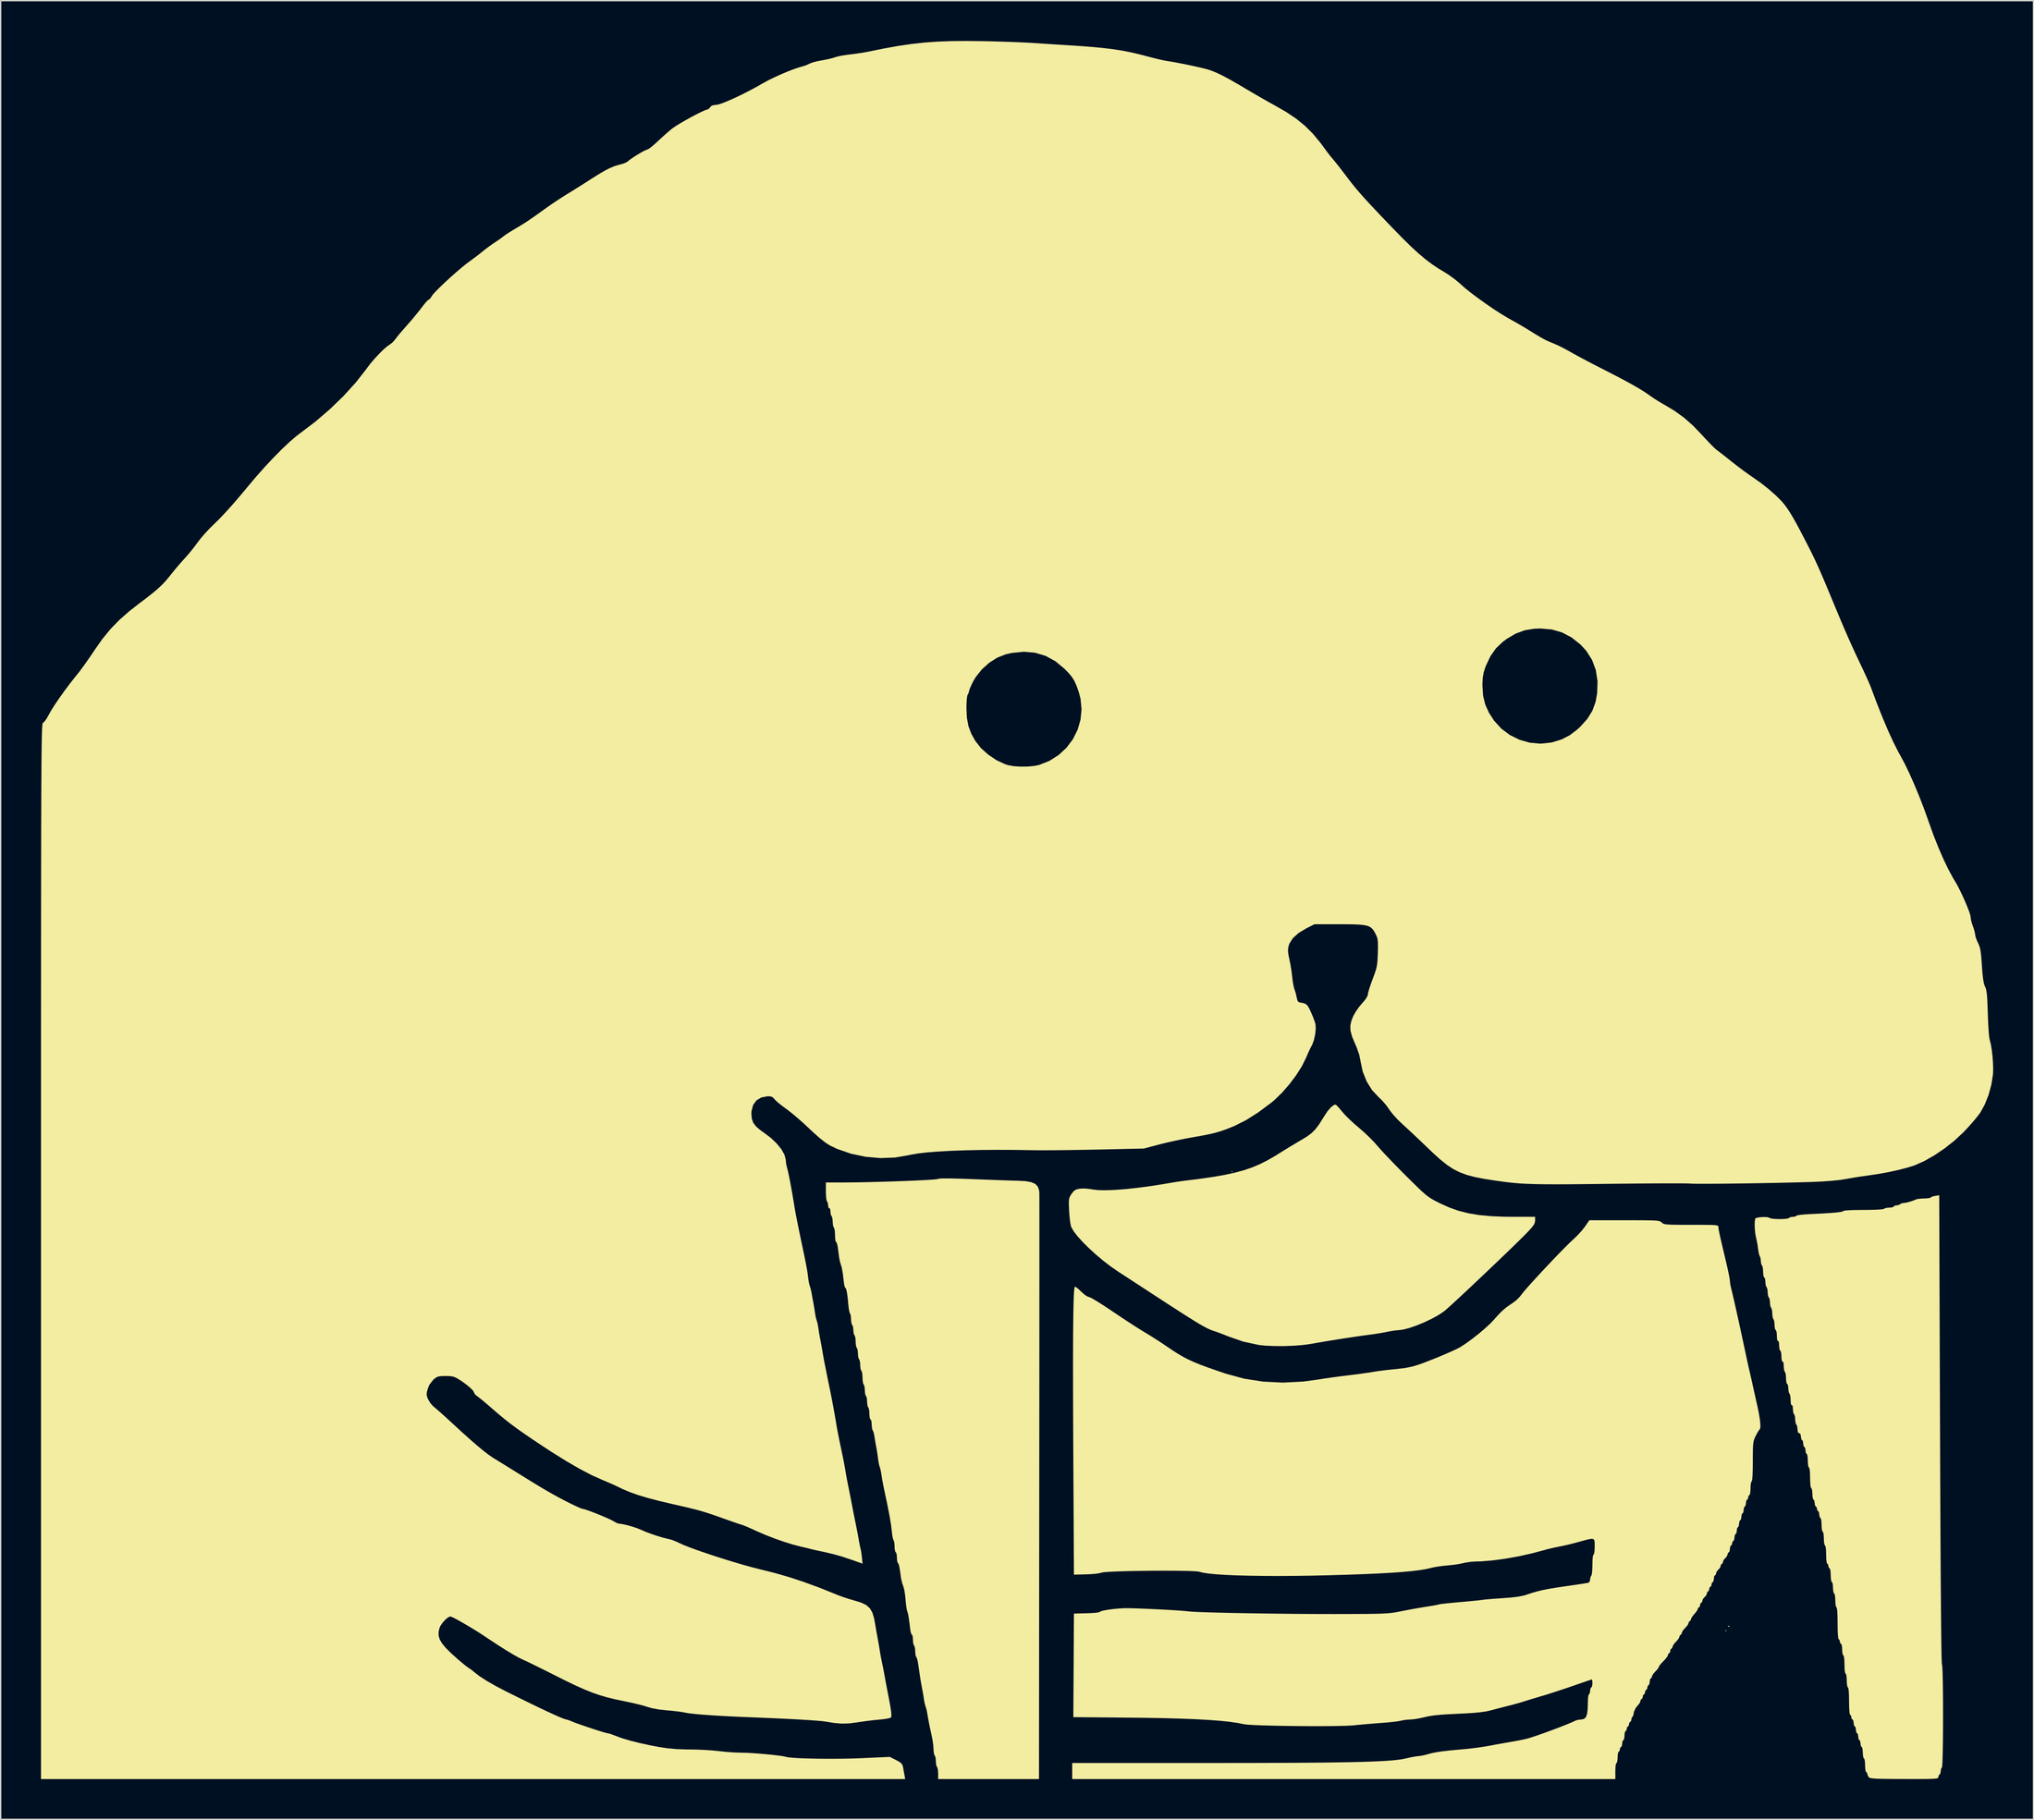
<source format=kicad_pcb>
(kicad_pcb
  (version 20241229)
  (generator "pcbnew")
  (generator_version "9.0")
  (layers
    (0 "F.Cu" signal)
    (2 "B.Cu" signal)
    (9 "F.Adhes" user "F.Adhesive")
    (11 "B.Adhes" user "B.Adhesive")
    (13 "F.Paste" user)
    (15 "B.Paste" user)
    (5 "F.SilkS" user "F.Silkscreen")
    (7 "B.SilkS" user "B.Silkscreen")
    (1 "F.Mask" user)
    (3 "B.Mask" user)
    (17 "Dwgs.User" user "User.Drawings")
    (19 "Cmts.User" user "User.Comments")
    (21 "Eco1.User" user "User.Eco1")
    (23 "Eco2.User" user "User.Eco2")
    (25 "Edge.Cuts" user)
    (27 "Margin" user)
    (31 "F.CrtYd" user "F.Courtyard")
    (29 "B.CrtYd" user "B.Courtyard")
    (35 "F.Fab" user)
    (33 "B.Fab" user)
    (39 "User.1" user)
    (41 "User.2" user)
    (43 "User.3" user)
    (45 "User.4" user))
  (footprint "6"
    (layer "F.Cu")
    (at 75.092 62.806)
    (property "Reference" "6" (at 0 0 0) (layer "F.SilkS") (effects (font (size 1.5 1.5) (thickness 0.3))))
    (attr board_only exclude_from_pos_files exclude_from_bom)
    (fp_poly (pts (xy 13.552 21.351) (xy 13.51 21.394) (xy 13.467 21.351) (xy 13.51 21.309)) (stroke (width 0) (type solid)) (fill yes) (layer "F.SilkS"))
    (fp_poly (pts (xy 50.289 55.531) (xy 50.246 55.573) (xy 50.203 55.531) (xy 50.246 55.488)) (stroke (width 0) (type solid)) (fill yes) (layer "F.SilkS"))
    (fp_poly (pts (xy 50.516 55.175) (xy 50.504 55.226) (xy 50.459 55.232) (xy 50.389 55.201) (xy 50.402 55.175) (xy 50.503 55.165)) (stroke (width 0) (type solid)) (fill yes) (layer "F.SilkS"))
    (fp_poly (pts (xy 21.293 16.428) (xy 21.45 16.593) (xy 21.647 16.828) (xy 21.684 16.874) (xy 21.915 17.136) (xy 22.236 17.458) (xy 22.603 17.797) (xy 22.921 18.068) (xy 23.313 18.408) (xy 23.718 18.791) (xy 24.083 19.165) (xy 24.302 19.413) (xy 24.516 19.659) (xy 24.828 19.999) (xy 25.213 20.407) (xy 25.648 20.858) (xy 26.109 21.328) (xy 26.439 21.659) (xy 26.922 22.137) (xy 27.305 22.513) (xy 27.612 22.805) (xy 27.864 23.028) (xy 28.083 23.203) (xy 28.291 23.345) (xy 28.51 23.473) (xy 28.762 23.605) (xy 28.997 23.723) (xy 29.672 24.027) (xy 30.356 24.269) (xy 31.077 24.453) (xy 31.865 24.585) (xy 32.745 24.669) (xy 33.747 24.711) (xy 34.461 24.718) (xy 36.054 24.718) (xy 36.054 24.996) (xy 36.034 25.148) (xy 35.959 25.309) (xy 35.808 25.511) (xy 35.561 25.785) (xy 35.436 25.916) (xy 35.184 26.172) (xy 34.838 26.514) (xy 34.416 26.926) (xy 33.933 27.392) (xy 33.406 27.899) (xy 32.851 28.429) (xy 32.284 28.969) (xy 31.721 29.502) (xy 31.177 30.014) (xy 30.671 30.489) (xy 30.216 30.911) (xy 29.83 31.266) (xy 29.529 31.538) (xy 29.329 31.713) (xy 29.286 31.747) (xy 28.885 32.019) (xy 28.392 32.293) (xy 27.844 32.556) (xy 27.281 32.789) (xy 26.742 32.978) (xy 26.265 33.106) (xy 25.889 33.158) (xy 25.869 33.158) (xy 25.655 33.176) (xy 25.344 33.223) (xy 25.016 33.286) (xy 24.627 33.36) (xy 24.164 33.435) (xy 23.723 33.497) (xy 23.695 33.5) (xy 23.235 33.561) (xy 22.649 33.645) (xy 21.981 33.746) (xy 21.271 33.857) (xy 20.564 33.972) (xy 19.901 34.085) (xy 19.34 34.184) (xy 18.78 34.261) (xy 18.109 34.314) (xy 17.385 34.34) (xy 16.665 34.339) (xy 16.003 34.31) (xy 15.497 34.258) (xy 14.339 34.007) (xy 13.254 33.629) (xy 12.892 33.484) (xy 12.544 33.352) (xy 12.275 33.256) (xy 12.231 33.241) (xy 12.074 33.189) (xy 11.916 33.129) (xy 11.746 33.055) (xy 11.552 32.958) (xy 11.322 32.834) (xy 11.045 32.673) (xy 10.709 32.469) (xy 10.303 32.215) (xy 9.813 31.904) (xy 9.23 31.528) (xy 8.54 31.081) (xy 7.733 30.556) (xy 6.797 29.944) (xy 6.691 29.875) (xy 6.248 29.586) (xy 5.77 29.274) (xy 5.319 28.98) (xy 5.013 28.781) (xy 4.472 28.405) (xy 3.921 27.98) (xy 3.38 27.525) (xy 2.87 27.06) (xy 2.413 26.605) (xy 2.027 26.18) (xy 1.735 25.805) (xy 1.557 25.5) (xy 1.53 25.426) (xy 1.482 25.2) (xy 1.437 24.859) (xy 1.401 24.459) (xy 1.387 24.226) (xy 1.37 23.825) (xy 1.37 23.552) (xy 1.394 23.362) (xy 1.447 23.212) (xy 1.537 23.058) (xy 1.565 23.017) (xy 1.737 22.796) (xy 1.924 22.681) (xy 2.176 22.625) (xy 2.535 22.61) (xy 2.95 22.651) (xy 3.08 22.675) (xy 3.509 22.729) (xy 4.085 22.742) (xy 4.79 22.717) (xy 5.606 22.655) (xy 6.513 22.557) (xy 7.494 22.425) (xy 8.53 22.26) (xy 8.822 22.209) (xy 9.222 22.142) (xy 9.63 22.079) (xy 9.959 22.035) (xy 9.972 22.033) (xy 11.11 21.891) (xy 12.099 21.748) (xy 12.962 21.598) (xy 13.72 21.433) (xy 14.395 21.249) (xy 15.009 21.039) (xy 15.584 20.796) (xy 16.142 20.515) (xy 16.705 20.19) (xy 16.89 20.075) (xy 17.344 19.791) (xy 17.823 19.498) (xy 18.273 19.227) (xy 18.638 19.012) (xy 18.666 18.996) (xy 19.091 18.737) (xy 19.422 18.49) (xy 19.701 18.213) (xy 19.964 17.868) (xy 20.253 17.414) (xy 20.307 17.322) (xy 20.602 16.872) (xy 20.869 16.558) (xy 21.098 16.391) (xy 21.208 16.365)) (stroke (width 0) (type solid)) (fill yes) (layer "F.SilkS"))
    (fp_poly (pts (xy -7.551 21.861) (xy -6.969 21.873) (xy -6.237 21.896) (xy -5.703 21.917) (xy -5.017 21.944) (xy -4.351 21.969) (xy -3.736 21.992) (xy -3.198 22.01) (xy -2.768 22.024) (xy -2.473 22.032) (xy -2.429 22.032) (xy -1.85 22.063) (xy -1.42 22.142) (xy -1.12 22.278) (xy -0.934 22.481) (xy -0.842 22.763) (xy -0.826 22.941) (xy -0.825 23.058) (xy -0.824 23.338) (xy -0.824 23.774) (xy -0.823 24.359) (xy -0.823 25.085) (xy -0.823 25.944) (xy -0.823 26.93) (xy -0.823 28.036) (xy -0.823 29.253) (xy -0.824 30.574) (xy -0.824 31.993) (xy -0.825 33.502) (xy -0.826 35.093) (xy -0.827 36.759) (xy -0.828 38.493) (xy -0.829 40.288) (xy -0.831 42.136) (xy -0.832 44.03) (xy -0.833 44.94) (xy -0.852 66.568) (xy -4.603 66.568) (xy -8.353 66.568) (xy -8.353 66.147) (xy -8.369 65.893) (xy -8.409 65.716) (xy -8.438 65.673) (xy -8.49 65.563) (xy -8.52 65.347) (xy -8.523 65.247) (xy -8.541 65.008) (xy -8.586 64.848) (xy -8.609 64.821) (xy -8.659 64.711) (xy -8.69 64.494) (xy -8.694 64.369) (xy -8.714 64.072) (xy -8.766 63.698) (xy -8.829 63.372) (xy -8.989 62.634) (xy -9.114 61.978) (xy -9.172 61.625) (xy -9.224 61.369) (xy -9.289 61.161) (xy -9.291 61.156) (xy -9.351 60.96) (xy -9.402 60.696) (xy -9.409 60.645) (xy -9.452 60.356) (xy -9.513 60.007) (xy -9.546 59.835) (xy -9.615 59.468) (xy -9.684 59.056) (xy -9.715 58.855) (xy -9.768 58.489) (xy -9.823 58.117) (xy -9.849 57.936) (xy -9.899 57.689) (xy -9.957 57.52) (xy -9.984 57.484) (xy -10.029 57.378) (xy -10.055 57.165) (xy -10.058 57.065) (xy -10.076 56.825) (xy -10.121 56.666) (xy -10.143 56.639) (xy -10.195 56.528) (xy -10.225 56.312) (xy -10.228 56.207) (xy -10.244 55.98) (xy -10.283 55.845) (xy -10.305 55.829) (xy -10.359 55.753) (xy -10.41 55.558) (xy -10.43 55.424) (xy -10.49 54.926) (xy -10.54 54.569) (xy -10.583 54.322) (xy -10.624 54.158) (xy -10.653 54.082) (xy -10.693 53.92) (xy -10.735 53.64) (xy -10.771 53.296) (xy -10.779 53.193) (xy -10.818 52.823) (xy -10.873 52.488) (xy -10.935 52.248) (xy -10.95 52.212) (xy -11.039 51.951) (xy -11.109 51.644) (xy -11.117 51.588) (xy -11.18 51.137) (xy -11.23 50.829) (xy -11.272 50.636) (xy -11.312 50.532) (xy -11.345 50.496) (xy -11.392 50.389) (xy -11.419 50.176) (xy -11.421 50.07) (xy -11.439 49.843) (xy -11.482 49.708) (xy -11.507 49.692) (xy -11.556 49.615) (xy -11.587 49.421) (xy -11.592 49.283) (xy -11.607 49.025) (xy -11.646 48.838) (xy -11.67 48.793) (xy -11.719 48.669) (xy -11.765 48.433) (xy -11.792 48.2) (xy -11.859 47.642) (xy -11.978 46.932) (xy -12.147 46.066) (xy -12.274 45.473) (xy -12.414 44.811) (xy -12.513 44.292) (xy -12.576 43.894) (xy -12.581 43.853) (xy -12.628 43.587) (xy -12.688 43.37) (xy -12.699 43.342) (xy -12.752 43.157) (xy -12.803 42.885) (xy -12.821 42.745) (xy -12.867 42.397) (xy -12.93 42.009) (xy -12.959 41.85) (xy -13.021 41.511) (xy -13.076 41.177) (xy -13.097 41.041) (xy -13.144 40.804) (xy -13.205 40.64) (xy -13.22 40.619) (xy -13.268 40.489) (xy -13.294 40.261) (xy -13.297 40.171) (xy -13.314 39.948) (xy -13.359 39.818) (xy -13.382 39.805) (xy -13.431 39.728) (xy -13.462 39.532) (xy -13.467 39.384) (xy -13.483 39.129) (xy -13.524 38.952) (xy -13.552 38.91) (xy -13.604 38.799) (xy -13.635 38.584) (xy -13.638 38.484) (xy -13.655 38.244) (xy -13.7 38.084) (xy -13.723 38.057) (xy -13.775 37.947) (xy -13.805 37.731) (xy -13.808 37.631) (xy -13.826 37.392) (xy -13.871 37.232) (xy -13.893 37.205) (xy -13.941 37.097) (xy -13.972 36.875) (xy -13.979 36.694) (xy -13.993 36.428) (xy -14.031 36.238) (xy -14.064 36.182) (xy -14.116 36.072) (xy -14.146 35.856) (xy -14.149 35.756) (xy -14.167 35.517) (xy -14.212 35.357) (xy -14.234 35.33) (xy -14.286 35.219) (xy -14.316 35.004) (xy -14.319 34.904) (xy -14.337 34.664) (xy -14.382 34.505) (xy -14.405 34.478) (xy -14.454 34.368) (xy -14.485 34.149) (xy -14.49 34.009) (xy -14.506 33.756) (xy -14.547 33.581) (xy -14.575 33.54) (xy -14.63 33.428) (xy -14.659 33.217) (xy -14.66 33.156) (xy -14.681 32.931) (xy -14.73 32.788) (xy -14.746 32.773) (xy -14.798 32.662) (xy -14.828 32.447) (xy -14.831 32.359) (xy -14.848 32.115) (xy -14.891 31.944) (xy -14.909 31.916) (xy -14.956 31.794) (xy -15.001 31.556) (xy -15.032 31.281) (xy -15.084 30.746) (xy -15.139 30.347) (xy -15.197 30.095) (xy -15.255 30.003) (xy -15.258 30.003) (xy -15.304 29.926) (xy -15.349 29.729) (xy -15.372 29.555) (xy -15.443 28.96) (xy -15.517 28.53) (xy -15.596 28.261) (xy -15.598 28.255) (xy -15.656 28.066) (xy -15.71 27.796) (xy -15.724 27.701) (xy -15.769 27.361) (xy -15.815 27.013) (xy -15.822 26.956) (xy -15.868 26.735) (xy -15.925 26.606) (xy -15.948 26.593) (xy -15.988 26.516) (xy -16.016 26.315) (xy -16.024 26.087) (xy -16.037 25.808) (xy -16.072 25.603) (xy -16.109 25.528) (xy -16.161 25.417) (xy -16.192 25.202) (xy -16.195 25.102) (xy -16.213 24.862) (xy -16.257 24.702) (xy -16.28 24.676) (xy -16.337 24.562) (xy -16.365 24.355) (xy -16.365 24.325) (xy -16.386 24.133) (xy -16.44 24.074) (xy -16.45 24.079) (xy -16.511 24.046) (xy -16.536 23.881) (xy -16.536 23.876) (xy -16.561 23.677) (xy -16.621 23.567) (xy -16.661 23.463) (xy -16.691 23.233) (xy -16.705 22.922) (xy -16.706 22.838) (xy -16.706 22.161) (xy -15.449 22.161) (xy -14.881 22.158) (xy -14.242 22.149) (xy -13.553 22.135) (xy -12.833 22.117) (xy -12.104 22.096) (xy -11.386 22.072) (xy -10.698 22.046) (xy -10.061 22.019) (xy -9.495 21.992) (xy -9.02 21.965) (xy -8.657 21.939) (xy -8.426 21.915) (xy -8.347 21.895) (xy -8.245 21.873) (xy -7.978 21.861)) (stroke (width 0) (type solid)) (fill yes) (layer "F.SilkS"))
    (fp_poly (pts (xy 66.175 40.558) (xy 66.183 42.667) (xy 66.191 44.656) (xy 66.199 46.523) (xy 66.208 48.264) (xy 66.217 49.874) (xy 66.226 51.351) (xy 66.236 52.691) (xy 66.245 53.889) (xy 66.255 54.943) (xy 66.265 55.849) (xy 66.275 56.603) (xy 66.285 57.202) (xy 66.295 57.642) (xy 66.305 57.918) (xy 66.315 58.029) (xy 66.317 58.031) (xy 66.336 58.119) (xy 66.353 58.357) (xy 66.367 58.722) (xy 66.379 59.195) (xy 66.388 59.755) (xy 66.395 60.38) (xy 66.399 61.051) (xy 66.4 61.746) (xy 66.399 62.445) (xy 66.395 63.127) (xy 66.389 63.772) (xy 66.38 64.358) (xy 66.369 64.864) (xy 66.356 65.271) (xy 66.34 65.557) (xy 66.321 65.702) (xy 66.313 65.716) (xy 66.253 65.79) (xy 66.228 65.969) (xy 66.228 65.972) (xy 66.203 66.151) (xy 66.143 66.227) (xy 66.142 66.228) (xy 66.073 66.299) (xy 66.057 66.398) (xy 66.052 66.447) (xy 66.025 66.485) (xy 65.958 66.514) (xy 65.833 66.536) (xy 65.632 66.55) (xy 65.337 66.559) (xy 64.93 66.564) (xy 64.393 66.566) (xy 63.708 66.565) (xy 63.521 66.565) (xy 62.774 66.563) (xy 62.179 66.558) (xy 61.721 66.549) (xy 61.381 66.536) (xy 61.143 66.517) (xy 60.989 66.492) (xy 60.903 66.46) (xy 60.879 66.441) (xy 60.787 66.27) (xy 60.772 66.188) (xy 60.728 66.073) (xy 60.687 66.057) (xy 60.642 65.979) (xy 60.611 65.777) (xy 60.602 65.546) (xy 60.589 65.273) (xy 60.555 65.089) (xy 60.517 65.034) (xy 60.468 64.958) (xy 60.437 64.762) (xy 60.432 64.608) (xy 60.416 64.365) (xy 60.377 64.211) (xy 60.346 64.182) (xy 60.286 64.108) (xy 60.261 63.929) (xy 60.261 63.926) (xy 60.236 63.747) (xy 60.177 63.67) (xy 60.176 63.67) (xy 60.116 63.596) (xy 60.091 63.418) (xy 60.091 63.415) (xy 60.066 63.235) (xy 60.006 63.159) (xy 60.005 63.159) (xy 59.946 63.085) (xy 59.92 62.907) (xy 59.92 62.903) (xy 59.895 62.724) (xy 59.836 62.648) (xy 59.835 62.648) (xy 59.775 62.574) (xy 59.75 62.395) (xy 59.75 62.392) (xy 59.725 62.212) (xy 59.665 62.136) (xy 59.664 62.136) (xy 59.595 62.065) (xy 59.579 61.966) (xy 59.544 61.827) (xy 59.494 61.795) (xy 59.457 61.713) (xy 59.429 61.481) (xy 59.413 61.117) (xy 59.409 60.772) (xy 59.402 60.324) (xy 59.383 59.991) (xy 59.352 59.795) (xy 59.323 59.75) (xy 59.278 59.672) (xy 59.247 59.469) (xy 59.238 59.238) (xy 59.225 58.966) (xy 59.192 58.781) (xy 59.153 58.727) (xy 59.111 58.647) (xy 59.081 58.429) (xy 59.068 58.106) (xy 59.068 58.045) (xy 59.058 57.707) (xy 59.031 57.47) (xy 58.99 57.365) (xy 58.983 57.363) (xy 58.934 57.286) (xy 58.903 57.09) (xy 58.897 56.937) (xy 58.882 56.694) (xy 58.843 56.539) (xy 58.812 56.511) (xy 58.743 56.439) (xy 58.727 56.34) (xy 58.691 56.202) (xy 58.642 56.17) (xy 58.606 56.087) (xy 58.579 55.85) (xy 58.562 55.475) (xy 58.556 54.978) (xy 58.556 54.977) (xy 58.55 54.479) (xy 58.534 54.103) (xy 58.507 53.866) (xy 58.471 53.783) (xy 58.471 53.783) (xy 58.426 53.706) (xy 58.395 53.503) (xy 58.386 53.272) (xy 58.373 52.999) (xy 58.339 52.815) (xy 58.301 52.76) (xy 58.252 52.684) (xy 58.221 52.488) (xy 58.215 52.334) (xy 58.2 52.091) (xy 58.161 51.937) (xy 58.13 51.908) (xy 58.085 51.83) (xy 58.054 51.628) (xy 58.045 51.397) (xy 58.032 51.124) (xy 57.998 50.94) (xy 57.96 50.885) (xy 57.89 50.814) (xy 57.874 50.715) (xy 57.839 50.576) (xy 57.789 50.544) (xy 57.747 50.465) (xy 57.717 50.247) (xy 57.704 49.923) (xy 57.704 49.862) (xy 57.694 49.525) (xy 57.667 49.287) (xy 57.626 49.183) (xy 57.619 49.181) (xy 57.573 49.103) (xy 57.543 48.9) (xy 57.534 48.669) (xy 57.521 48.397) (xy 57.487 48.212) (xy 57.448 48.158) (xy 57.403 48.08) (xy 57.372 47.877) (xy 57.363 47.646) (xy 57.35 47.374) (xy 57.316 47.189) (xy 57.278 47.135) (xy 57.218 47.061) (xy 57.193 46.882) (xy 57.193 46.879) (xy 57.168 46.7) (xy 57.108 46.624) (xy 57.107 46.623) (xy 57.038 46.552) (xy 57.022 46.453) (xy 56.986 46.315) (xy 56.937 46.283) (xy 56.877 46.208) (xy 56.852 46.03) (xy 56.852 46.027) (xy 56.827 45.847) (xy 56.768 45.771) (xy 56.766 45.771) (xy 56.718 45.694) (xy 56.687 45.498) (xy 56.681 45.345) (xy 56.666 45.102) (xy 56.627 44.948) (xy 56.596 44.919) (xy 56.555 44.838) (xy 56.526 44.616) (xy 56.512 44.279) (xy 56.511 44.152) (xy 56.502 43.784) (xy 56.477 43.522) (xy 56.44 43.393) (xy 56.426 43.385) (xy 56.38 43.307) (xy 56.349 43.104) (xy 56.34 42.873) (xy 56.327 42.601) (xy 56.294 42.416) (xy 56.255 42.362) (xy 56.195 42.288) (xy 56.17 42.109) (xy 56.17 42.106) (xy 56.145 41.927) (xy 56.086 41.85) (xy 56.085 41.85) (xy 56.025 41.776) (xy 55.999 41.598) (xy 55.999 41.595) (xy 55.975 41.415) (xy 55.915 41.339) (xy 55.914 41.339) (xy 55.854 41.265) (xy 55.829 41.086) (xy 55.829 41.083) (xy 55.791 40.88) (xy 55.701 40.828) (xy 55.606 40.762) (xy 55.573 40.553) (xy 55.573 40.534) (xy 55.551 40.322) (xy 55.495 40.194) (xy 55.488 40.188) (xy 55.433 40.076) (xy 55.404 39.865) (xy 55.403 39.805) (xy 55.383 39.579) (xy 55.333 39.436) (xy 55.317 39.421) (xy 55.263 39.31) (xy 55.234 39.097) (xy 55.232 39.028) (xy 55.214 38.814) (xy 55.165 38.734) (xy 55.147 38.739) (xy 55.094 38.697) (xy 55.066 38.508) (xy 55.062 38.366) (xy 55.046 38.11) (xy 55.006 37.931) (xy 54.977 37.887) (xy 54.922 37.775) (xy 54.893 37.563) (xy 54.891 37.498) (xy 54.872 37.287) (xy 54.824 37.17) (xy 54.806 37.162) (xy 54.757 37.086) (xy 54.726 36.89) (xy 54.721 36.741) (xy 54.705 36.487) (xy 54.664 36.31) (xy 54.636 36.267) (xy 54.584 36.157) (xy 54.554 35.941) (xy 54.55 35.831) (xy 54.534 35.597) (xy 54.489 35.497) (xy 54.465 35.5) (xy 54.413 35.458) (xy 54.384 35.268) (xy 54.38 35.122) (xy 54.365 34.877) (xy 54.326 34.721) (xy 54.295 34.691) (xy 54.244 34.614) (xy 54.214 34.421) (xy 54.209 34.302) (xy 54.193 34.065) (xy 54.149 33.963) (xy 54.124 33.966) (xy 54.072 33.924) (xy 54.043 33.734) (xy 54.039 33.588) (xy 54.024 33.343) (xy 53.985 33.187) (xy 53.954 33.156) (xy 53.903 33.08) (xy 53.872 32.888) (xy 53.868 32.778) (xy 53.851 32.537) (xy 53.806 32.375) (xy 53.783 32.347) (xy 53.731 32.236) (xy 53.701 32.02) (xy 53.698 31.92) (xy 53.68 31.681) (xy 53.635 31.521) (xy 53.613 31.494) (xy 53.558 31.382) (xy 53.529 31.171) (xy 53.528 31.111) (xy 53.507 30.885) (xy 53.458 30.742) (xy 53.442 30.727) (xy 53.387 30.615) (xy 53.358 30.404) (xy 53.357 30.344) (xy 53.337 30.118) (xy 53.287 29.975) (xy 53.272 29.96) (xy 53.217 29.848) (xy 53.188 29.636) (xy 53.187 29.571) (xy 53.167 29.36) (xy 53.12 29.243) (xy 53.101 29.236) (xy 53.052 29.159) (xy 53.022 28.963) (xy 53.016 28.814) (xy 53 28.56) (xy 52.96 28.383) (xy 52.931 28.341) (xy 52.872 28.227) (xy 52.846 28.023) (xy 52.846 28.012) (xy 52.823 27.795) (xy 52.77 27.656) (xy 52.768 27.654) (xy 52.715 27.528) (xy 52.668 27.295) (xy 52.649 27.147) (xy 52.598 26.789) (xy 52.523 26.407) (xy 52.495 26.295) (xy 52.439 26.005) (xy 52.402 25.667) (xy 52.387 25.333) (xy 52.395 25.049) (xy 52.427 24.867) (xy 52.446 24.834) (xy 52.575 24.782) (xy 52.802 24.748) (xy 53.065 24.734) (xy 53.304 24.742) (xy 53.457 24.776) (xy 53.479 24.794) (xy 53.589 24.84) (xy 53.817 24.871) (xy 54.111 24.886) (xy 54.422 24.885) (xy 54.696 24.868) (xy 54.884 24.833) (xy 54.934 24.803) (xy 55.049 24.742) (xy 55.237 24.718) (xy 55.415 24.695) (xy 55.488 24.64) (xy 55.568 24.607) (xy 55.786 24.572) (xy 56.111 24.541) (xy 56.51 24.516) (xy 56.575 24.513) (xy 57.351 24.475) (xy 57.966 24.438) (xy 58.428 24.401) (xy 58.745 24.364) (xy 58.927 24.325) (xy 58.983 24.285) (xy 59.064 24.259) (xy 59.291 24.236) (xy 59.641 24.219) (xy 60.09 24.209) (xy 60.469 24.207) (xy 61.022 24.202) (xy 61.47 24.188) (xy 61.794 24.167) (xy 61.976 24.138) (xy 62.008 24.121) (xy 62.12 24.067) (xy 62.332 24.038) (xy 62.397 24.036) (xy 62.609 24.017) (xy 62.725 23.969) (xy 62.733 23.951) (xy 62.806 23.886) (xy 62.941 23.866) (xy 63.121 23.834) (xy 63.202 23.781) (xy 63.321 23.711) (xy 63.435 23.695) (xy 63.666 23.663) (xy 63.969 23.583) (xy 64.264 23.479) (xy 64.373 23.429) (xy 64.539 23.387) (xy 64.804 23.36) (xy 64.983 23.354) (xy 65.245 23.342) (xy 65.425 23.311) (xy 65.475 23.282) (xy 65.57 23.223) (xy 65.767 23.169) (xy 65.809 23.162) (xy 66.115 23.114)) (stroke (width 0) (type solid)) (fill yes) (layer "F.SilkS"))
    (fp_poly (pts (xy 43.441 24.974) (xy 44.027 24.976) (xy 44.48 24.981) (xy 44.819 24.99) (xy 45.063 25.004) (xy 45.231 25.025) (xy 45.341 25.052) (xy 45.413 25.089) (xy 45.464 25.135) (xy 45.473 25.144) (xy 45.53 25.198) (xy 45.606 25.239) (xy 45.723 25.269) (xy 45.902 25.29) (xy 46.165 25.304) (xy 46.534 25.311) (xy 47.031 25.314) (xy 47.66 25.315) (xy 48.299 25.315) (xy 48.787 25.318) (xy 49.146 25.324) (xy 49.395 25.335) (xy 49.553 25.354) (xy 49.642 25.382) (xy 49.682 25.421) (xy 49.692 25.472) (xy 49.692 25.491) (xy 49.696 25.566) (xy 49.711 25.674) (xy 49.741 25.835) (xy 49.789 26.065) (xy 49.861 26.385) (xy 49.96 26.812) (xy 50.09 27.365) (xy 50.255 28.062) (xy 50.281 28.172) (xy 50.379 28.601) (xy 50.461 28.985) (xy 50.518 29.287) (xy 50.544 29.467) (xy 50.544 29.483) (xy 50.566 29.704) (xy 50.619 29.971) (xy 50.625 29.993) (xy 50.711 30.34) (xy 50.826 30.833) (xy 50.967 31.452) (xy 51.128 32.176) (xy 51.305 32.985) (xy 51.494 33.858) (xy 51.689 34.773) (xy 51.735 34.989) (xy 51.82 35.386) (xy 51.901 35.753) (xy 51.965 36.036) (xy 51.99 36.14) (xy 52.04 36.352) (xy 52.114 36.678) (xy 52.201 37.064) (xy 52.25 37.29) (xy 52.352 37.752) (xy 52.462 38.247) (xy 52.562 38.69) (xy 52.593 38.824) (xy 52.694 39.315) (xy 52.766 39.759) (xy 52.806 40.127) (xy 52.809 40.39) (xy 52.774 40.52) (xy 52.768 40.525) (xy 52.69 40.622) (xy 52.569 40.825) (xy 52.469 41.015) (xy 52.389 41.184) (xy 52.331 41.34) (xy 52.292 41.514) (xy 52.268 41.737) (xy 52.255 42.042) (xy 52.25 42.458) (xy 52.249 42.933) (xy 52.244 43.504) (xy 52.23 43.946) (xy 52.208 44.247) (xy 52.178 44.394) (xy 52.164 44.407) (xy 52.118 44.485) (xy 52.088 44.688) (xy 52.079 44.919) (xy 52.066 45.191) (xy 52.032 45.376) (xy 51.993 45.43) (xy 51.924 45.502) (xy 51.908 45.601) (xy 51.872 45.739) (xy 51.823 45.771) (xy 51.763 45.845) (xy 51.738 46.024) (xy 51.738 46.027) (xy 51.713 46.206) (xy 51.653 46.283) (xy 51.652 46.283) (xy 51.593 46.357) (xy 51.567 46.535) (xy 51.567 46.538) (xy 51.542 46.718) (xy 51.483 46.794) (xy 51.482 46.794) (xy 51.422 46.868) (xy 51.397 47.046) (xy 51.397 47.05) (xy 51.372 47.229) (xy 51.312 47.305) (xy 51.311 47.305) (xy 51.252 47.379) (xy 51.226 47.558) (xy 51.226 47.561) (xy 51.201 47.741) (xy 51.142 47.817) (xy 51.141 47.817) (xy 51.081 47.891) (xy 51.056 48.069) (xy 51.056 48.072) (xy 51.031 48.252) (xy 50.972 48.328) (xy 50.97 48.328) (xy 50.911 48.402) (xy 50.885 48.581) (xy 50.885 48.584) (xy 50.861 48.763) (xy 50.801 48.84) (xy 50.8 48.84) (xy 50.731 48.911) (xy 50.715 49.01) (xy 50.679 49.149) (xy 50.63 49.181) (xy 50.57 49.255) (xy 50.544 49.433) (xy 50.544 49.436) (xy 50.52 49.616) (xy 50.46 49.692) (xy 50.459 49.692) (xy 50.387 49.762) (xy 50.374 49.844) (xy 50.31 50.008) (xy 50.203 50.118) (xy 50.07 50.271) (xy 50.033 50.393) (xy 49.993 50.521) (xy 49.948 50.544) (xy 49.876 50.615) (xy 49.862 50.696) (xy 49.798 50.861) (xy 49.692 50.97) (xy 49.559 51.124) (xy 49.521 51.245) (xy 49.482 51.373) (xy 49.436 51.397) (xy 49.376 51.471) (xy 49.351 51.649) (xy 49.351 51.652) (xy 49.326 51.832) (xy 49.267 51.908) (xy 49.266 51.908) (xy 49.197 51.979) (xy 49.181 52.079) (xy 49.145 52.217) (xy 49.095 52.249) (xy 49.026 52.32) (xy 49.01 52.419) (xy 48.974 52.558) (xy 48.925 52.59) (xy 48.853 52.66) (xy 48.84 52.742) (xy 48.775 52.906) (xy 48.669 53.016) (xy 48.536 53.169) (xy 48.499 53.291) (xy 48.459 53.419) (xy 48.413 53.442) (xy 48.344 53.514) (xy 48.328 53.613) (xy 48.292 53.751) (xy 48.243 53.783) (xy 48.165 53.851) (xy 48.158 53.898) (xy 48.103 54.027) (xy 47.964 54.212) (xy 47.902 54.281) (xy 47.744 54.475) (xy 47.654 54.639) (xy 47.646 54.677) (xy 47.601 54.791) (xy 47.561 54.806) (xy 47.487 54.876) (xy 47.476 54.942) (xy 47.417 55.084) (xy 47.272 55.267) (xy 47.22 55.317) (xy 47.058 55.5) (xy 46.97 55.66) (xy 46.964 55.693) (xy 46.921 55.811) (xy 46.879 55.829) (xy 46.805 55.898) (xy 46.794 55.965) (xy 46.735 56.106) (xy 46.59 56.289) (xy 46.538 56.34) (xy 46.376 56.523) (xy 46.288 56.683) (xy 46.283 56.715) (xy 46.239 56.834) (xy 46.197 56.852) (xy 46.128 56.923) (xy 46.112 57.022) (xy 46.076 57.161) (xy 46.027 57.193) (xy 45.952 57.262) (xy 45.942 57.327) (xy 45.884 57.458) (xy 45.735 57.65) (xy 45.601 57.789) (xy 45.412 57.987) (xy 45.288 58.15) (xy 45.26 58.217) (xy 45.202 58.334) (xy 45.058 58.504) (xy 45.004 58.556) (xy 44.842 58.739) (xy 44.754 58.899) (xy 44.748 58.932) (xy 44.705 59.05) (xy 44.663 59.068) (xy 44.603 59.142) (xy 44.578 59.32) (xy 44.578 59.323) (xy 44.553 59.503) (xy 44.494 59.579) (xy 44.493 59.579) (xy 44.423 59.651) (xy 44.407 59.75) (xy 44.372 59.888) (xy 44.322 59.92) (xy 44.253 59.992) (xy 44.237 60.091) (xy 44.201 60.229) (xy 44.152 60.261) (xy 44.082 60.332) (xy 44.066 60.432) (xy 44.031 60.57) (xy 43.981 60.602) (xy 43.907 60.672) (xy 43.896 60.741) (xy 43.837 60.906) (xy 43.747 61.019) (xy 43.533 61.282) (xy 43.405 61.567) (xy 43.385 61.704) (xy 43.346 61.868) (xy 43.299 61.923) (xy 43.228 62.043) (xy 43.214 62.141) (xy 43.177 62.277) (xy 43.129 62.307) (xy 43.06 62.378) (xy 43.044 62.477) (xy 43.008 62.616) (xy 42.958 62.648) (xy 42.889 62.719) (xy 42.873 62.818) (xy 42.837 62.957) (xy 42.788 62.989) (xy 42.735 63.064) (xy 42.705 63.253) (xy 42.703 63.33) (xy 42.684 63.543) (xy 42.637 63.662) (xy 42.617 63.67) (xy 42.558 63.745) (xy 42.532 63.923) (xy 42.532 63.926) (xy 42.508 64.106) (xy 42.448 64.182) (xy 42.447 64.182) (xy 42.378 64.253) (xy 42.362 64.352) (xy 42.326 64.491) (xy 42.277 64.523) (xy 42.228 64.599) (xy 42.197 64.795) (xy 42.191 64.949) (xy 42.176 65.192) (xy 42.137 65.346) (xy 42.106 65.375) (xy 42.062 65.454) (xy 42.032 65.665) (xy 42.021 65.971) (xy 42.021 65.972) (xy 42.021 66.568) (xy 21.82 66.568) (xy 1.619 66.568) (xy 1.619 65.972) (xy 1.619 65.375) (xy 11.571 65.374) (xy 13.441 65.373) (xy 15.15 65.371) (xy 16.703 65.366) (xy 18.109 65.36) (xy 19.376 65.351) (xy 20.511 65.34) (xy 21.522 65.326) (xy 22.418 65.31) (xy 23.205 65.29) (xy 23.892 65.268) (xy 24.486 65.242) (xy 24.995 65.213) (xy 25.427 65.18) (xy 25.79 65.143) (xy 26.092 65.103) (xy 26.339 65.058) (xy 26.456 65.031) (xy 26.804 64.951) (xy 27.115 64.892) (xy 27.331 64.865) (xy 27.357 64.864) (xy 27.568 64.839) (xy 27.86 64.776) (xy 28.048 64.724) (xy 28.355 64.643) (xy 28.707 64.572) (xy 29.132 64.508) (xy 29.656 64.447) (xy 30.31 64.385) (xy 30.685 64.353) (xy 31.203 64.301) (xy 31.763 64.232) (xy 32.288 64.155) (xy 32.602 64.1) (xy 33.099 64.006) (xy 33.66 63.905) (xy 34.184 63.813) (xy 34.307 63.792) (xy 34.719 63.718) (xy 35.114 63.639) (xy 35.431 63.567) (xy 35.543 63.538) (xy 35.899 63.426) (xy 36.345 63.275) (xy 36.847 63.097) (xy 37.369 62.905) (xy 37.879 62.711) (xy 38.342 62.53) (xy 38.725 62.372) (xy 38.993 62.252) (xy 39.058 62.218) (xy 39.247 62.16) (xy 39.484 62.136) (xy 39.689 62.096) (xy 39.832 61.964) (xy 39.922 61.72) (xy 39.966 61.344) (xy 39.975 60.969) (xy 39.985 60.622) (xy 40.011 60.377) (xy 40.051 60.265) (xy 40.06 60.261) (xy 40.12 60.187) (xy 40.146 60.009) (xy 40.146 60.005) (xy 40.17 59.826) (xy 40.23 59.75) (xy 40.231 59.75) (xy 40.287 59.675) (xy 40.315 59.49) (xy 40.316 59.451) (xy 40.307 59.254) (xy 40.283 59.156) (xy 40.278 59.153) (xy 40.189 59.18) (xy 39.967 59.254) (xy 39.638 59.366) (xy 39.23 59.507) (xy 38.893 59.625) (xy 38.345 59.813) (xy 37.759 60.008) (xy 37.194 60.191) (xy 36.71 60.342) (xy 36.566 60.384) (xy 36.138 60.511) (xy 35.73 60.634) (xy 35.394 60.738) (xy 35.202 60.799) (xy 34.94 60.879) (xy 34.578 60.981) (xy 34.18 61.086) (xy 34.051 61.119) (xy 33.617 61.229) (xy 33.157 61.348) (xy 32.758 61.454) (xy 32.688 61.473) (xy 32.381 61.54) (xy 31.992 61.596) (xy 31.497 61.643) (xy 30.872 61.683) (xy 30.301 61.71) (xy 29.584 61.745) (xy 29.008 61.784) (xy 28.546 61.83) (xy 28.169 61.887) (xy 27.849 61.957) (xy 27.837 61.961) (xy 27.458 62.046) (xy 27.087 62.109) (xy 26.796 62.136) (xy 26.771 62.136) (xy 26.452 62.156) (xy 26.146 62.207) (xy 26.081 62.223) (xy 25.885 62.262) (xy 25.561 62.305) (xy 25.152 62.348) (xy 24.701 62.386) (xy 24.633 62.391) (xy 24.099 62.431) (xy 23.525 62.479) (xy 22.982 62.528) (xy 22.587 62.568) (xy 22.285 62.59) (xy 21.85 62.607) (xy 21.305 62.619) (xy 20.673 62.627) (xy 19.975 62.63) (xy 19.234 62.629) (xy 18.473 62.625) (xy 17.715 62.616) (xy 16.981 62.604) (xy 16.295 62.589) (xy 15.679 62.571) (xy 15.156 62.55) (xy 14.748 62.527) (xy 14.477 62.501) (xy 14.405 62.488) (xy 13.916 62.391) (xy 13.319 62.306) (xy 12.606 62.231) (xy 11.767 62.168) (xy 10.797 62.114) (xy 9.686 62.07) (xy 8.428 62.036) (xy 7.014 62.01) (xy 5.646 61.995) (xy 1.703 61.961) (xy 1.725 58.106) (xy 1.747 54.252) (xy 2.706 54.228) (xy 3.088 54.212) (xy 3.397 54.189) (xy 3.601 54.16) (xy 3.665 54.133) (xy 3.744 54.08) (xy 3.958 54.023) (xy 4.272 53.966) (xy 4.65 53.915) (xy 5.057 53.876) (xy 5.458 53.853) (xy 5.583 53.851) (xy 5.89 53.852) (xy 6.318 53.863) (xy 6.835 53.882) (xy 7.409 53.907) (xy 8.008 53.935) (xy 8.6 53.967) (xy 9.153 53.999) (xy 9.634 54.031) (xy 10.013 54.061) (xy 10.256 54.087) (xy 10.271 54.089) (xy 10.475 54.108) (xy 10.833 54.128) (xy 11.328 54.147) (xy 11.943 54.167) (xy 12.662 54.186) (xy 13.467 54.204) (xy 14.342 54.221) (xy 15.27 54.237) (xy 16.235 54.251) (xy 17.219 54.263) (xy 18.205 54.273) (xy 19.178 54.28) (xy 20.12 54.285) (xy 21.014 54.286) (xy 21.266 54.286) (xy 22.179 54.284) (xy 22.941 54.281) (xy 23.569 54.277) (xy 24.084 54.27) (xy 24.503 54.26) (xy 24.846 54.245) (xy 25.131 54.226) (xy 25.378 54.201) (xy 25.604 54.169) (xy 25.829 54.13) (xy 26.071 54.082) (xy 26.124 54.071) (xy 26.631 53.972) (xy 27.182 53.871) (xy 27.698 53.782) (xy 27.989 53.736) (xy 28.352 53.679) (xy 28.65 53.626) (xy 28.845 53.585) (xy 28.896 53.569) (xy 28.999 53.549) (xy 29.242 53.518) (xy 29.598 53.48) (xy 30.037 53.437) (xy 30.441 53.4) (xy 30.94 53.356) (xy 31.393 53.313) (xy 31.767 53.275) (xy 32.029 53.245) (xy 32.134 53.229) (xy 32.292 53.209) (xy 32.585 53.182) (xy 32.975 53.151) (xy 33.426 53.119) (xy 33.625 53.106) (xy 34.283 53.055) (xy 34.797 52.992) (xy 35.196 52.912) (xy 35.415 52.847) (xy 35.828 52.71) (xy 36.227 52.596) (xy 36.647 52.496) (xy 37.125 52.403) (xy 37.699 52.308) (xy 38.406 52.205) (xy 38.413 52.204) (xy 38.908 52.132) (xy 39.347 52.067) (xy 39.702 52.012) (xy 39.944 51.971) (xy 40.039 51.951) (xy 40.121 51.847) (xy 40.146 51.703) (xy 40.177 51.521) (xy 40.231 51.439) (xy 40.269 51.336) (xy 40.298 51.104) (xy 40.314 50.785) (xy 40.316 50.624) (xy 40.325 50.259) (xy 40.35 49.998) (xy 40.388 49.87) (xy 40.401 49.862) (xy 40.445 49.784) (xy 40.475 49.572) (xy 40.487 49.266) (xy 40.487 49.266) (xy 40.486 49.001) (xy 40.468 48.821) (xy 40.408 48.718) (xy 40.28 48.685) (xy 40.059 48.715) (xy 39.721 48.8) (xy 39.293 48.919) (xy 38.853 49.036) (xy 38.405 49.145) (xy 38.015 49.231) (xy 37.844 49.264) (xy 37.442 49.346) (xy 36.999 49.452) (xy 36.736 49.524) (xy 35.801 49.774) (xy 34.824 49.99) (xy 33.848 50.165) (xy 32.916 50.292) (xy 32.072 50.362) (xy 31.622 50.375) (xy 31.246 50.4) (xy 30.848 50.462) (xy 30.706 50.495) (xy 30.402 50.559) (xy 30.005 50.619) (xy 29.591 50.664) (xy 29.512 50.671) (xy 29.104 50.713) (xy 28.697 50.772) (xy 28.37 50.838) (xy 28.32 50.851) (xy 27.939 50.939) (xy 27.454 51.019) (xy 26.857 51.092) (xy 26.14 51.157) (xy 25.294 51.217) (xy 24.311 51.271) (xy 23.181 51.32) (xy 21.896 51.365) (xy 20.755 51.398) (xy 19.426 51.429) (xy 18.152 51.447) (xy 16.943 51.454) (xy 15.811 51.449) (xy 14.769 51.433) (xy 13.828 51.407) (xy 13 51.371) (xy 12.298 51.324) (xy 11.732 51.267) (xy 11.314 51.202) (xy 11.094 51.142) (xy 10.938 51.115) (xy 10.636 51.095) (xy 10.212 51.079) (xy 9.689 51.068) (xy 9.087 51.062) (xy 8.431 51.06) (xy 7.743 51.062) (xy 7.044 51.069) (xy 6.359 51.079) (xy 5.709 51.093) (xy 5.117 51.11) (xy 4.606 51.131) (xy 4.198 51.154) (xy 3.915 51.18) (xy 3.782 51.209) (xy 3.624 51.251) (xy 3.34 51.289) (xy 2.974 51.318) (xy 2.674 51.33) (xy 1.747 51.354) (xy 1.705 43.427) (xy 1.695 41.519) (xy 1.688 39.776) (xy 1.683 38.193) (xy 1.681 36.766) (xy 1.68 35.49) (xy 1.683 34.359) (xy 1.688 33.369) (xy 1.696 32.515) (xy 1.706 31.791) (xy 1.719 31.193) (xy 1.734 30.716) (xy 1.752 30.355) (xy 1.774 30.105) (xy 1.798 29.961) (xy 1.823 29.917) (xy 1.932 29.974) (xy 2.115 30.123) (xy 2.301 30.301) (xy 2.533 30.509) (xy 2.742 30.647) (xy 2.858 30.685) (xy 2.979 30.731) (xy 3.216 30.861) (xy 3.548 31.061) (xy 3.951 31.317) (xy 4.402 31.615) (xy 4.609 31.755) (xy 5.127 32.104) (xy 5.655 32.454) (xy 6.157 32.781) (xy 6.598 33.062) (xy 6.941 33.274) (xy 6.989 33.302) (xy 7.436 33.573) (xy 7.935 33.889) (xy 8.403 34.197) (xy 8.566 34.307) (xy 9.031 34.623) (xy 9.443 34.889) (xy 9.83 35.118) (xy 10.218 35.322) (xy 10.635 35.515) (xy 11.108 35.709) (xy 11.664 35.917) (xy 12.33 36.151) (xy 13.073 36.403) (xy 14.422 36.77) (xy 15.842 36.989) (xy 17.315 37.059) (xy 18.825 36.979) (xy 19.902 36.832) (xy 20.405 36.752) (xy 20.999 36.666) (xy 21.609 36.584) (xy 22.118 36.522) (xy 22.626 36.46) (xy 23.143 36.392) (xy 23.612 36.325) (xy 23.973 36.267) (xy 23.994 36.263) (xy 24.371 36.204) (xy 24.848 36.142) (xy 25.355 36.085) (xy 25.69 36.053) (xy 26.355 35.977) (xy 26.911 35.867) (xy 27.394 35.722) (xy 27.86 35.55) (xy 28.376 35.349) (xy 28.907 35.134) (xy 29.419 34.918) (xy 29.875 34.718) (xy 30.24 34.547) (xy 30.471 34.427) (xy 30.881 34.162) (xy 31.351 33.821) (xy 31.84 33.438) (xy 32.304 33.046) (xy 32.702 32.679) (xy 32.964 32.406) (xy 33.321 32.006) (xy 33.621 31.705) (xy 33.906 31.463) (xy 34.219 31.241) (xy 34.367 31.146) (xy 34.654 30.929) (xy 34.916 30.667) (xy 35.02 30.532) (xy 35.154 30.357) (xy 35.389 30.081) (xy 35.705 29.725) (xy 36.082 29.309) (xy 36.502 28.854) (xy 36.944 28.381) (xy 37.39 27.91) (xy 37.821 27.462) (xy 38.216 27.057) (xy 38.557 26.717) (xy 38.824 26.461) (xy 38.908 26.385) (xy 39.216 26.09) (xy 39.52 25.756) (xy 39.757 25.455) (xy 39.763 25.447) (xy 40.089 24.974) (xy 42.704 24.974)) (stroke (width 0) (type solid)) (fill yes) (layer "F.SilkS"))
    (fp_poly (pts (xy -5.034 -62.792) (xy -4.858 -62.789) (xy -4.148 -62.771) (xy -3.418 -62.749) (xy -2.708 -62.724) (xy -2.058 -62.697) (xy -1.506 -62.67) (xy -1.151 -62.648) (xy -0.556 -62.608) (xy 0.118 -62.563) (xy 0.787 -62.52) (xy 1.364 -62.484) (xy 2.388 -62.416) (xy 3.27 -62.346) (xy 4.04 -62.27) (xy 4.727 -62.183) (xy 5.36 -62.083) (xy 5.968 -61.964) (xy 6.58 -61.822) (xy 7.16 -61.671) (xy 7.602 -61.555) (xy 8.022 -61.452) (xy 8.372 -61.373) (xy 8.606 -61.328) (xy 8.609 -61.327) (xy 9.023 -61.26) (xy 9.524 -61.168) (xy 10.069 -61.06) (xy 10.613 -60.946) (xy 11.113 -60.834) (xy 11.523 -60.734) (xy 11.756 -60.669) (xy 12.087 -60.553) (xy 12.458 -60.394) (xy 12.892 -60.18) (xy 13.407 -59.901) (xy 14.026 -59.546) (xy 14.66 -59.169) (xy 15.149 -58.881) (xy 15.689 -58.569) (xy 16.215 -58.27) (xy 16.659 -58.025) (xy 17.535 -57.522) (xy 18.278 -57.023) (xy 18.924 -56.498) (xy 19.509 -55.917) (xy 20.066 -55.248) (xy 20.393 -54.806) (xy 20.611 -54.51) (xy 20.818 -54.241) (xy 20.974 -54.054) (xy 20.988 -54.039) (xy 21.11 -53.896) (xy 21.31 -53.646) (xy 21.564 -53.322) (xy 21.847 -52.952) (xy 21.96 -52.803) (xy 22.22 -52.461) (xy 22.467 -52.146) (xy 22.714 -51.841) (xy 22.979 -51.53) (xy 23.276 -51.193) (xy 23.62 -50.815) (xy 24.029 -50.377) (xy 24.516 -49.861) (xy 25.098 -49.252) (xy 25.48 -48.853) (xy 26.195 -48.12) (xy 26.823 -47.503) (xy 27.386 -46.986) (xy 27.903 -46.551) (xy 28.395 -46.18) (xy 28.881 -45.857) (xy 29.236 -45.646) (xy 29.64 -45.39) (xy 30.066 -45.08) (xy 30.437 -44.772) (xy 30.514 -44.701) (xy 30.854 -44.4) (xy 31.306 -44.039) (xy 31.836 -43.642) (xy 32.408 -43.233) (xy 32.987 -42.837) (xy 33.538 -42.481) (xy 34.026 -42.187) (xy 34.179 -42.102) (xy 34.603 -41.866) (xy 35.081 -41.588) (xy 35.528 -41.32) (xy 35.628 -41.257) (xy 36.068 -40.984) (xy 36.403 -40.782) (xy 36.668 -40.632) (xy 36.901 -40.514) (xy 37.141 -40.407) (xy 37.423 -40.291) (xy 37.432 -40.288) (xy 37.785 -40.131) (xy 38.201 -39.924) (xy 38.601 -39.705) (xy 38.665 -39.668) (xy 38.939 -39.512) (xy 39.333 -39.298) (xy 39.813 -39.042) (xy 40.348 -38.762) (xy 40.903 -38.476) (xy 41.123 -38.364) (xy 41.961 -37.934) (xy 42.663 -37.565) (xy 43.248 -37.246) (xy 43.735 -36.966) (xy 44.144 -36.714) (xy 44.492 -36.48) (xy 44.62 -36.387) (xy 44.939 -36.169) (xy 45.311 -35.935) (xy 45.558 -35.793) (xy 46.397 -35.295) (xy 47.123 -34.772) (xy 47.795 -34.18) (xy 48.413 -33.536) (xy 48.742 -33.178) (xy 49.052 -32.852) (xy 49.315 -32.587) (xy 49.506 -32.409) (xy 49.564 -32.362) (xy 49.729 -32.239) (xy 49.991 -32.037) (xy 50.314 -31.782) (xy 50.662 -31.504) (xy 50.672 -31.496) (xy 51.085 -31.173) (xy 51.537 -30.833) (xy 51.968 -30.522) (xy 52.249 -30.328) (xy 52.862 -29.895) (xy 53.448 -29.431) (xy 53.974 -28.966) (xy 54.405 -28.531) (xy 54.612 -28.284) (xy 54.806 -28.019) (xy 55.007 -27.716) (xy 55.226 -27.353) (xy 55.476 -26.91) (xy 55.768 -26.365) (xy 56.116 -25.697) (xy 56.312 -25.315) (xy 56.528 -24.889) (xy 56.723 -24.494) (xy 56.909 -24.105) (xy 57.096 -23.697) (xy 57.296 -23.245) (xy 57.52 -22.725) (xy 57.778 -22.112) (xy 58.083 -21.379) (xy 58.288 -20.883) (xy 58.7 -19.894) (xy 59.068 -19.028) (xy 59.409 -18.248) (xy 59.739 -17.516) (xy 60.075 -16.796) (xy 60.26 -16.408) (xy 60.48 -15.943) (xy 60.686 -15.498) (xy 60.86 -15.109) (xy 60.986 -14.814) (xy 61.029 -14.703) (xy 61.466 -13.534) (xy 61.896 -12.451) (xy 62.311 -11.472) (xy 62.704 -10.614) (xy 63.067 -9.895) (xy 63.237 -9.59) (xy 63.546 -9.014) (xy 63.887 -8.308) (xy 64.244 -7.504) (xy 64.605 -6.637) (xy 64.954 -5.74) (xy 65.277 -4.845) (xy 65.339 -4.666) (xy 65.681 -3.714) (xy 66.047 -2.788) (xy 66.423 -1.921) (xy 66.796 -1.144) (xy 67.151 -0.489) (xy 67.286 -0.266) (xy 67.457 0.03) (xy 67.651 0.406) (xy 67.852 0.828) (xy 68.046 1.26) (xy 68.217 1.668) (xy 68.349 2.017) (xy 68.428 2.272) (xy 68.444 2.369) (xy 68.475 2.605) (xy 68.556 2.906) (xy 68.614 3.068) (xy 68.712 3.353) (xy 68.773 3.603) (xy 68.785 3.703) (xy 68.823 3.893) (xy 68.92 4.157) (xy 68.995 4.318) (xy 69.081 4.507) (xy 69.146 4.71) (xy 69.195 4.963) (xy 69.235 5.299) (xy 69.271 5.755) (xy 69.288 6.009) (xy 69.332 6.585) (xy 69.38 7.016) (xy 69.435 7.325) (xy 69.503 7.538) (xy 69.525 7.586) (xy 69.581 7.719) (xy 69.624 7.893) (xy 69.658 8.133) (xy 69.684 8.464) (xy 69.706 8.912) (xy 69.726 9.503) (xy 69.729 9.589) (xy 69.749 10.128) (xy 69.775 10.623) (xy 69.805 11.044) (xy 69.837 11.36) (xy 69.868 11.539) (xy 69.871 11.549) (xy 69.952 11.858) (xy 70.023 12.285) (xy 70.08 12.779) (xy 70.116 13.289) (xy 70.128 13.762) (xy 70.113 14.111) (xy 69.995 14.875) (xy 69.787 15.641) (xy 69.507 16.351) (xy 69.183 16.94) (xy 68.968 17.231) (xy 68.669 17.597) (xy 68.321 17.993) (xy 67.962 18.377) (xy 67.91 18.431) (xy 67.25 19.045) (xy 66.518 19.624) (xy 65.754 20.141) (xy 64.998 20.571) (xy 64.29 20.885) (xy 64.232 20.906) (xy 63.686 21.075) (xy 63.017 21.245) (xy 62.271 21.405) (xy 61.496 21.544) (xy 60.772 21.65) (xy 60.288 21.717) (xy 59.741 21.804) (xy 59.237 21.892) (xy 59.153 21.908) (xy 58.702 21.977) (xy 58.12 22.037) (xy 57.445 22.086) (xy 56.724 22.12) (xy 56.101 22.14) (xy 55.397 22.159) (xy 54.632 22.177) (xy 53.825 22.194) (xy 52.994 22.21) (xy 52.158 22.224) (xy 51.338 22.236) (xy 50.552 22.246) (xy 49.818 22.254) (xy 49.157 22.258) (xy 48.587 22.26) (xy 48.128 22.259) (xy 47.798 22.254) (xy 47.616 22.245) (xy 47.604 22.244) (xy 47.46 22.236) (xy 47.161 22.231) (xy 46.723 22.228) (xy 46.161 22.228) (xy 45.491 22.229) (xy 44.728 22.233) (xy 43.888 22.239) (xy 42.986 22.248) (xy 42.038 22.258) (xy 41.85 22.26) (xy 40.617 22.275) (xy 39.539 22.286) (xy 38.6 22.294) (xy 37.785 22.297) (xy 37.079 22.296) (xy 36.467 22.29) (xy 35.932 22.279) (xy 35.459 22.263) (xy 35.034 22.24) (xy 34.64 22.21) (xy 34.262 22.174) (xy 33.885 22.13) (xy 33.493 22.078) (xy 33.125 22.026) (xy 32.278 21.895) (xy 31.571 21.758) (xy 30.97 21.599) (xy 30.445 21.405) (xy 29.963 21.16) (xy 29.493 20.849) (xy 29.004 20.457) (xy 28.464 19.969) (xy 28.127 19.647) (xy 27.691 19.229) (xy 27.241 18.802) (xy 26.813 18.399) (xy 26.441 18.054) (xy 26.185 17.821) (xy 25.843 17.492) (xy 25.524 17.146) (xy 25.272 16.832) (xy 25.184 16.702) (xy 24.954 16.381) (xy 24.658 16.043) (xy 24.42 15.815) (xy 23.925 15.287) (xy 23.523 14.64) (xy 23.231 13.91) (xy 23.065 13.13) (xy 23.06 13.082) (xy 22.965 12.634) (xy 22.776 12.098) (xy 22.651 11.812) (xy 22.437 11.298) (xy 22.323 10.875) (xy 22.308 10.498) (xy 22.388 10.122) (xy 22.524 9.78) (xy 22.707 9.454) (xy 22.957 9.098) (xy 23.179 8.835) (xy 23.446 8.519) (xy 23.589 8.271) (xy 23.61 8.17) (xy 23.64 8.009) (xy 23.72 7.73) (xy 23.839 7.375) (xy 23.967 7.027) (xy 24.122 6.611) (xy 24.226 6.288) (xy 24.29 6) (xy 24.327 5.687) (xy 24.347 5.288) (xy 24.354 5.071) (xy 24.364 4.625) (xy 24.36 4.309) (xy 24.338 4.081) (xy 24.293 3.901) (xy 24.219 3.729) (xy 24.189 3.667) (xy 24.069 3.449) (xy 23.944 3.28) (xy 23.791 3.153) (xy 23.588 3.062) (xy 23.314 3.002) (xy 22.945 2.965) (xy 22.46 2.947) (xy 21.837 2.941) (xy 21.517 2.941) (xy 19.637 2.941) (xy 19.047 3.239) (xy 18.462 3.59) (xy 18.038 3.972) (xy 17.777 4.38) (xy 17.724 4.534) (xy 17.676 4.771) (xy 17.675 5.01) (xy 17.723 5.314) (xy 17.769 5.519) (xy 17.851 5.927) (xy 17.928 6.402) (xy 17.982 6.84) (xy 18.027 7.205) (xy 18.085 7.535) (xy 18.146 7.769) (xy 18.157 7.799) (xy 18.244 8.061) (xy 18.311 8.361) (xy 18.317 8.395) (xy 18.379 8.636) (xy 18.484 8.745) (xy 18.539 8.76) (xy 18.812 8.809) (xy 18.996 8.88) (xy 19.132 9.009) (xy 19.26 9.23) (xy 19.381 9.489) (xy 19.526 9.828) (xy 19.645 10.148) (xy 19.715 10.385) (xy 19.72 10.406) (xy 19.735 10.734) (xy 19.691 11.141) (xy 19.601 11.553) (xy 19.479 11.894) (xy 19.435 11.976) (xy 19.33 12.175) (xy 19.188 12.477) (xy 19.038 12.821) (xy 19.003 12.904) (xy 18.699 13.517) (xy 18.281 14.176) (xy 17.783 14.84) (xy 17.238 15.466) (xy 16.677 16.013) (xy 16.435 16.217) (xy 15.463 16.943) (xy 14.551 17.52) (xy 13.69 17.954) (xy 13.552 18.012) (xy 13.11 18.188) (xy 12.709 18.33) (xy 12.31 18.449) (xy 11.872 18.556) (xy 11.353 18.661) (xy 10.714 18.776) (xy 10.569 18.801) (xy 9.986 18.908) (xy 9.34 19.04) (xy 8.707 19.181) (xy 8.159 19.315) (xy 8.097 19.331) (xy 6.947 19.637) (xy 3.537 19.712) (xy 2.724 19.728) (xy 1.906 19.742) (xy 1.113 19.753) (xy 0.373 19.76) (xy -0.283 19.764) (xy -0.827 19.764) (xy -1.231 19.76) (xy -1.236 19.76) (xy -2.63 19.739) (xy -3.96 19.734) (xy -5.213 19.744) (xy -6.376 19.769) (xy -7.437 19.808) (xy -8.382 19.861) (xy -9.2 19.927) (xy -9.876 20.006) (xy -10.398 20.097) (xy -10.51 20.124) (xy -11.552 20.305) (xy -12.645 20.346) (xy -13.752 20.25) (xy -14.838 20.021) (xy -15.864 19.665) (xy -16.403 19.409) (xy -16.736 19.196) (xy -17.159 18.863) (xy -17.656 18.422) (xy -17.942 18.152) (xy -18.349 17.772) (xy -18.78 17.39) (xy -19.191 17.043) (xy -19.543 16.766) (xy -19.662 16.679) (xy -19.982 16.444) (xy -20.263 16.217) (xy -20.465 16.032) (xy -20.527 15.961) (xy -20.675 15.806) (xy -20.859 15.748) (xy -21.039 15.745) (xy -21.509 15.834) (xy -21.87 16.051) (xy -22.115 16.388) (xy -22.235 16.837) (xy -22.246 17.047) (xy -22.216 17.412) (xy -22.111 17.713) (xy -21.907 17.986) (xy -21.583 18.266) (xy -21.31 18.459) (xy -20.794 18.849) (xy -20.356 19.269) (xy -20.013 19.694) (xy -19.785 20.101) (xy -19.691 20.466) (xy -19.689 20.511) (xy -19.663 20.767) (xy -19.609 21.004) (xy -19.534 21.295) (xy -19.44 21.734) (xy -19.33 22.3) (xy -19.209 22.972) (xy -19.081 23.73) (xy -19.017 24.121) (xy -18.971 24.382) (xy -18.897 24.771) (xy -18.801 25.252) (xy -18.692 25.788) (xy -18.578 26.338) (xy -18.429 27.045) (xy -18.311 27.61) (xy -18.221 28.057) (xy -18.153 28.409) (xy -18.102 28.69) (xy -18.065 28.925) (xy -18.037 29.138) (xy -18.02 29.278) (xy -17.978 29.564) (xy -17.925 29.802) (xy -17.9 29.875) (xy -17.839 30.07) (xy -17.779 30.334) (xy -17.77 30.386) (xy -17.717 30.686) (xy -17.654 31.034) (xy -17.631 31.153) (xy -17.572 31.488) (xy -17.52 31.82) (xy -17.507 31.92) (xy -17.46 32.186) (xy -17.4 32.404) (xy -17.389 32.432) (xy -17.333 32.622) (xy -17.281 32.891) (xy -17.268 32.986) (xy -17.219 33.316) (xy -17.155 33.682) (xy -17.133 33.796) (xy -17.068 34.133) (xy -16.997 34.525) (xy -16.962 34.733) (xy -16.9 35.092) (xy -16.834 35.452) (xy -16.8 35.628) (xy -16.735 35.947) (xy -16.662 36.317) (xy -16.629 36.481) (xy -16.556 36.846) (xy -16.477 37.229) (xy -16.446 37.376) (xy -16.329 37.947) (xy -16.205 38.592) (xy -16.085 39.242) (xy -15.983 39.829) (xy -15.939 40.103) (xy -15.885 40.419) (xy -15.807 40.832) (xy -15.72 41.273) (xy -15.68 41.467) (xy -15.563 42.025) (xy -15.474 42.448) (xy -15.409 42.766) (xy -15.361 43.011) (xy -15.323 43.213) (xy -15.289 43.404) (xy -15.257 43.598) (xy -15.195 43.956) (xy -15.129 44.316) (xy -15.095 44.493) (xy -14.951 45.21) (xy -14.827 45.837) (xy -14.734 46.325) (xy -14.667 46.674) (xy -14.596 47.033) (xy -14.575 47.135) (xy -14.417 47.913) (xy -14.293 48.569) (xy -14.246 48.84) (xy -14.193 49.124) (xy -14.144 49.351) (xy -14.122 49.436) (xy -14.089 49.588) (xy -14.052 49.845) (xy -14.028 50.051) (xy -13.978 50.538) (xy -14.803 50.243) (xy -15.484 50.015) (xy -16.16 49.825) (xy -16.907 49.651) (xy -17.175 49.595) (xy -17.483 49.529) (xy -17.766 49.462) (xy -17.857 49.438) (xy -18.089 49.378) (xy -18.399 49.305) (xy -18.581 49.264) (xy -19.147 49.118) (xy -19.811 48.911) (xy -20.519 48.663) (xy -21.219 48.39) (xy -21.858 48.114) (xy -21.948 48.072) (xy -22.307 47.907) (xy -22.636 47.766) (xy -22.886 47.667) (xy -22.971 47.639) (xy -23.151 47.583) (xy -23.449 47.482) (xy -23.822 47.352) (xy -24.207 47.216) (xy -24.77 47.015) (xy -25.242 46.852) (xy -25.66 46.716) (xy -26.064 46.596) (xy -26.49 46.482) (xy -26.976 46.362) (xy -27.561 46.226) (xy -28.128 46.098) (xy -29.115 45.865) (xy -29.957 45.644) (xy -30.677 45.427) (xy -31.3 45.205) (xy -31.848 44.973) (xy -32.099 44.851) (xy -32.421 44.697) (xy -32.829 44.515) (xy -33.249 44.336) (xy -33.373 44.285) (xy -34.139 43.941) (xy -35.024 43.478) (xy -36.023 42.898) (xy -37.136 42.203) (xy -37.759 41.796) (xy -38.508 41.296) (xy -39.139 40.865) (xy -39.681 40.481) (xy -40.162 40.124) (xy -40.61 39.772) (xy -41.053 39.406) (xy -41.519 39.004) (xy -41.53 38.994) (xy -41.873 38.697) (xy -42.19 38.429) (xy -42.45 38.217) (xy -42.62 38.088) (xy -42.639 38.076) (xy -42.801 37.939) (xy -42.873 37.813) (xy -42.873 37.809) (xy -42.942 37.671) (xy -43.133 37.47) (xy -43.418 37.229) (xy -43.772 36.97) (xy -43.95 36.853) (xy -44.216 36.696) (xy -44.441 36.609) (xy -44.698 36.572) (xy -44.997 36.566) (xy -45.325 36.573) (xy -45.542 36.605) (xy -45.707 36.681) (xy -45.881 36.817) (xy -45.895 36.829) (xy -46.192 37.203) (xy -46.323 37.523) (xy -46.394 37.792) (xy -46.404 37.982) (xy -46.351 38.173) (xy -46.293 38.308) (xy -46.128 38.584) (xy -45.913 38.827) (xy -45.858 38.872) (xy -45.7 39.002) (xy -45.446 39.223) (xy -45.126 39.509) (xy -44.769 39.834) (xy -44.57 40.018) (xy -43.832 40.698) (xy -43.2 41.266) (xy -42.662 41.735) (xy -42.205 42.113) (xy -41.818 42.413) (xy -41.486 42.643) (xy -41.339 42.735) (xy -41.114 42.872) (xy -40.788 43.073) (xy -40.408 43.308) (xy -40.04 43.537) (xy -39.276 44.013) (xy -38.633 44.41) (xy -38.089 44.742) (xy -37.621 45.021) (xy -37.208 45.261) (xy -36.826 45.474) (xy -36.454 45.675) (xy -36.079 45.872) (xy -35.672 46.077) (xy -35.311 46.25) (xy -35.027 46.378) (xy -34.85 46.446) (xy -34.814 46.453) (xy -34.667 46.486) (xy -34.403 46.573) (xy -34.058 46.7) (xy -33.673 46.851) (xy -33.283 47.012) (xy -32.927 47.166) (xy -32.642 47.299) (xy -32.468 47.396) (xy -32.461 47.4) (xy -32.256 47.514) (xy -32.083 47.561) (xy -31.845 47.59) (xy -31.507 47.666) (xy -31.125 47.773) (xy -30.757 47.894) (xy -30.46 48.014) (xy -30.429 48.029) (xy -30.11 48.168) (xy -29.693 48.323) (xy -29.237 48.476) (xy -28.802 48.606) (xy -28.449 48.693) (xy -28.383 48.706) (xy -28.148 48.772) (xy -27.838 48.894) (xy -27.573 49.018) (xy -27.258 49.16) (xy -26.807 49.337) (xy -26.246 49.541) (xy -25.604 49.763) (xy -24.908 49.994) (xy -24.187 50.223) (xy -23.467 50.444) (xy -22.778 50.646) (xy -22.145 50.821) (xy -21.599 50.959) (xy -21.544 50.972) (xy -20.465 51.242) (xy -19.403 51.55) (xy -18.318 51.909) (xy -17.171 52.331) (xy -15.923 52.831) (xy -15.811 52.877) (xy -15.465 53.007) (xy -15.043 53.147) (xy -14.633 53.267) (xy -14.618 53.271) (xy -14.096 53.431) (xy -13.712 53.614) (xy -13.44 53.849) (xy -13.251 54.169) (xy -13.119 54.603) (xy -13.034 55.062) (xy -12.972 55.441) (xy -12.899 55.85) (xy -12.871 55.999) (xy -12.803 56.366) (xy -12.733 56.778) (xy -12.701 56.98) (xy -12.639 57.351) (xy -12.566 57.734) (xy -12.528 57.917) (xy -12.452 58.279) (xy -12.378 58.664) (xy -12.359 58.769) (xy -12.324 58.961) (xy -12.288 59.16) (xy -12.243 59.399) (xy -12.184 59.712) (xy -12.103 60.13) (xy -12.012 60.602) (xy -11.911 61.155) (xy -11.851 61.557) (xy -11.831 61.823) (xy -11.849 61.965) (xy -11.855 61.978) (xy -11.964 62.03) (xy -12.206 62.082) (xy -12.542 62.126) (xy -12.713 62.142) (xy -13.179 62.188) (xy -13.716 62.253) (xy -14.228 62.326) (xy -14.362 62.348) (xy -14.967 62.426) (xy -15.518 62.442) (xy -16.088 62.395) (xy -16.672 62.299) (xy -16.925 62.264) (xy -17.337 62.226) (xy -17.894 62.185) (xy -18.585 62.142) (xy -19.398 62.097) (xy -20.321 62.053) (xy -21.341 62.008) (xy -22.447 61.964) (xy -22.459 61.963) (xy -23.433 61.922) (xy -24.334 61.877) (xy -25.145 61.829) (xy -25.851 61.778) (xy -26.435 61.726) (xy -26.883 61.675) (xy -27.177 61.625) (xy -27.19 61.622) (xy -27.438 61.576) (xy -27.8 61.527) (xy -28.221 61.482) (xy -28.511 61.458) (xy -29.118 61.392) (xy -29.64 61.296) (xy -29.96 61.203) (xy -30.233 61.119) (xy -30.626 61.016) (xy -31.093 60.905) (xy -31.587 60.799) (xy -31.728 60.77) (xy -32.391 60.631) (xy -32.987 60.484) (xy -33.55 60.319) (xy -34.109 60.124) (xy -34.696 59.887) (xy -35.343 59.596) (xy -36.082 59.24) (xy -36.736 58.912) (xy -37.31 58.623) (xy -37.857 58.35) (xy -38.351 58.106) (xy -38.768 57.902) (xy -39.083 57.753) (xy -39.263 57.671) (xy -39.566 57.524) (xy -39.987 57.287) (xy -40.507 56.972) (xy -41.107 56.592) (xy -41.768 56.157) (xy -42.091 55.939) (xy -42.437 55.712) (xy -42.832 55.464) (xy -43.248 55.213) (xy -43.656 54.973) (xy -44.029 54.762) (xy -44.337 54.597) (xy -44.553 54.493) (xy -44.639 54.465) (xy -44.802 54.531) (xy -45.009 54.7) (xy -45.216 54.927) (xy -45.38 55.167) (xy -45.44 55.3) (xy -45.513 55.597) (xy -45.516 55.877) (xy -45.439 56.158) (xy -45.269 56.456) (xy -44.997 56.791) (xy -44.611 57.179) (xy -44.1 57.637) (xy -43.821 57.874) (xy -43.572 58.08) (xy -43.357 58.245) (xy -43.227 58.333) (xy -43.065 58.443) (xy -42.873 58.6) (xy -42.484 58.904) (xy -41.948 59.252) (xy -41.282 59.635) (xy -40.529 60.029) (xy -39.699 60.443) (xy -38.919 60.827) (xy -38.204 61.173) (xy -37.569 61.476) (xy -37.028 61.727) (xy -36.594 61.921) (xy -36.283 62.051) (xy -36.109 62.11) (xy -36.105 62.111) (xy -35.837 62.184) (xy -35.628 62.267) (xy -35.454 62.341) (xy -35.167 62.448) (xy -34.801 62.577) (xy -34.392 62.716) (xy -33.976 62.854) (xy -33.587 62.979) (xy -33.26 63.079) (xy -33.031 63.142) (xy -32.943 63.159) (xy -32.797 63.191) (xy -32.554 63.273) (xy -32.318 63.366) (xy -31.858 63.534) (xy -31.261 63.71) (xy -30.557 63.888) (xy -29.778 64.058) (xy -29.13 64.183) (xy -28.47 64.282) (xy -27.787 64.342) (xy -27.017 64.367) (xy -26.828 64.368) (xy -26.284 64.378) (xy -25.714 64.402) (xy -25.181 64.438) (xy -24.744 64.48) (xy -24.676 64.489) (xy -24.178 64.543) (xy -23.613 64.584) (xy -23.083 64.605) (xy -22.958 64.606) (xy -22.603 64.616) (xy -22.163 64.64) (xy -21.672 64.675) (xy -21.166 64.719) (xy -20.681 64.767) (xy -20.252 64.817) (xy -19.917 64.865) (xy -19.709 64.908) (xy -19.689 64.914) (xy -19.495 64.953) (xy -19.154 64.986) (xy -18.692 65.014) (xy -18.131 65.036) (xy -17.497 65.051) (xy -16.814 65.06) (xy -16.106 65.061) (xy -15.396 65.054) (xy -14.71 65.039) (xy -14.136 65.018) (xy -11.95 64.92) (xy -11.483 65.156) (xy -11.215 65.304) (xy -11.065 65.43) (xy -10.989 65.58) (xy -10.962 65.704) (xy -10.91 66.004) (xy -10.857 66.291) (xy -10.857 66.291) (xy -10.805 66.568) (xy -42.949 66.568) (xy -75.092 66.568) (xy -75.092 27.281) (xy -75.092 24.193) (xy -75.092 21.27) (xy -75.092 18.509) (xy -75.092 15.905) (xy -75.091 13.453) (xy -75.091 11.148) (xy -75.09 8.987) (xy -75.089 6.964) (xy -75.089 5.075) (xy -75.087 3.315) (xy -75.086 1.68) (xy -75.085 0.164) (xy -75.083 -1.235) (xy -75.081 -2.524) (xy -75.079 -3.706) (xy -75.076 -4.786) (xy -75.073 -5.769) (xy -75.07 -6.66) (xy -75.066 -7.462) (xy -75.062 -8.181) (xy -75.058 -8.82) (xy -75.053 -9.386) (xy -75.048 -9.882) (xy -75.042 -10.312) (xy -75.036 -10.682) (xy -75.03 -10.995) (xy -75.023 -11.258) (xy -75.015 -11.473) (xy -75.007 -11.646) (xy -74.999 -11.781) (xy -74.989 -11.883) (xy -74.98 -11.957) (xy -74.969 -12.006) (xy -74.958 -12.036) (xy -74.947 -12.051) (xy -74.94 -12.055) (xy -74.827 -12.152) (xy -74.678 -12.36) (xy -74.524 -12.634) (xy -74.523 -12.636) (xy -74.335 -12.971) (xy -74.22 -13.153) (xy -6.25 -13.153) (xy -6.217 -12.429) (xy -6.1 -11.806) (xy -5.885 -11.232) (xy -5.585 -10.697) (xy -5.167 -10.169) (xy -4.628 -9.683) (xy -4.017 -9.272) (xy -3.383 -8.975) (xy -3.154 -8.901) (xy -2.74 -8.826) (xy -2.23 -8.792) (xy -1.691 -8.798) (xy -1.192 -8.844) (xy -0.847 -8.914) (xy -0.073 -9.222) (xy 0.611 -9.656) (xy 1.194 -10.197) (xy 1.666 -10.826) (xy 2.017 -11.524) (xy 2.236 -12.272) (xy 2.314 -13.051) (xy 2.24 -13.842) (xy 2.099 -14.373) (xy 1.943 -14.806) (xy 32.135 -14.806) (xy 32.185 -14.07) (xy 32.343 -13.416) (xy 32.626 -12.791) (xy 32.998 -12.22) (xy 33.534 -11.624) (xy 34.176 -11.144) (xy 34.895 -10.79) (xy 35.665 -10.572) (xy 36.46 -10.5) (xy 37.252 -10.584) (xy 37.348 -10.606) (xy 38.025 -10.817) (xy 38.617 -11.12) (xy 39.179 -11.544) (xy 39.418 -11.765) (xy 39.942 -12.35) (xy 40.315 -12.954) (xy 40.555 -13.615) (xy 40.67 -14.258) (xy 40.697 -15.155) (xy 40.569 -15.982) (xy 40.289 -16.737) (xy 39.856 -17.417) (xy 39.429 -17.879) (xy 38.763 -18.409) (xy 38.057 -18.781) (xy 37.295 -19) (xy 36.458 -19.074) (xy 35.992 -19.058) (xy 35.281 -18.942) (xy 34.608 -18.693) (xy 33.941 -18.298) (xy 33.645 -18.078) (xy 33.144 -17.6) (xy 32.733 -17.018) (xy 32.396 -16.307) (xy 32.336 -16.147) (xy 32.224 -15.787) (xy 32.161 -15.431) (xy 32.136 -15.006) (xy 32.135 -14.806) (xy 1.943 -14.806) (xy 1.933 -14.832) (xy 1.776 -15.179) (xy 1.594 -15.47) (xy 1.353 -15.759) (xy 1.042 -16.078) (xy 0.368 -16.637) (xy -0.359 -17.034) (xy -1.139 -17.27) (xy -1.973 -17.343) (xy -2.861 -17.256) (xy -3.324 -17.152) (xy -3.95 -16.908) (xy -4.556 -16.523) (xy -5.105 -16.028) (xy -5.562 -15.452) (xy -5.745 -15.143) (xy -5.892 -14.844) (xy -6.001 -14.59) (xy -6.051 -14.428) (xy -6.052 -14.414) (xy -6.105 -14.23) (xy -6.148 -14.172) (xy -6.195 -14.038) (xy -6.229 -13.757) (xy -6.247 -13.353) (xy -6.25 -13.153) (xy -74.22 -13.153) (xy -74.06 -13.405) (xy -73.721 -13.904) (xy -73.341 -14.436) (xy -72.942 -14.969) (xy -72.548 -15.47) (xy -72.416 -15.632) (xy -72.193 -15.916) (xy -71.908 -16.304) (xy -71.589 -16.753) (xy -71.268 -17.222) (xy -71.1 -17.473) (xy -70.524 -18.295) (xy -69.93 -19.021) (xy -69.281 -19.693) (xy -68.539 -20.347) (xy -67.804 -20.923) (xy -67.238 -21.352) (xy -66.786 -21.708) (xy -66.424 -22.013) (xy -66.124 -22.291) (xy -65.861 -22.564) (xy -65.611 -22.858) (xy -65.453 -23.056) (xy -65.149 -23.433) (xy -64.805 -23.84) (xy -64.484 -24.204) (xy -64.396 -24.299) (xy -64.081 -24.657) (xy -63.744 -25.074) (xy -63.453 -25.464) (xy -63.433 -25.492) (xy -63.195 -25.801) (xy -62.871 -26.174) (xy -62.503 -26.565) (xy -62.136 -26.923) (xy -61.799 -27.254) (xy -61.384 -27.694) (xy -60.914 -28.215) (xy -60.414 -28.791) (xy -59.908 -29.394) (xy -59.798 -29.528) (xy -59.136 -30.316) (xy -58.466 -31.073) (xy -57.807 -31.779) (xy -57.178 -32.416) (xy -56.598 -32.964) (xy -56.084 -33.404) (xy -55.804 -33.617) (xy -54.671 -34.478) (xy -53.587 -35.41) (xy -52.58 -36.386) (xy -51.679 -37.377) (xy -50.911 -38.358) (xy -50.836 -38.463) (xy -50.587 -38.791) (xy -50.283 -39.147) (xy -49.957 -39.499) (xy -49.641 -39.813) (xy -49.366 -40.057) (xy -49.168 -40.195) (xy -48.964 -40.347) (xy -48.768 -40.562) (xy -48.746 -40.592) (xy -48.591 -40.797) (xy -48.367 -41.069) (xy -48.124 -41.348) (xy -48.121 -41.351) (xy -47.481 -42.083) (xy -46.948 -42.734) (xy -46.663 -43.108) (xy -46.48 -43.337) (xy -46.328 -43.498) (xy -46.243 -43.555) (xy -46.147 -43.624) (xy -46.041 -43.789) (xy -45.929 -43.944) (xy -45.71 -44.184) (xy -45.407 -44.488) (xy -45.045 -44.835) (xy -44.648 -45.201) (xy -44.239 -45.564) (xy -43.843 -45.903) (xy -43.484 -46.195) (xy -43.227 -46.389) (xy -42.884 -46.64) (xy -42.539 -46.902) (xy -42.256 -47.127) (xy -42.207 -47.167) (xy -41.907 -47.404) (xy -41.556 -47.658) (xy -41.342 -47.802) (xy -41.064 -47.988) (xy -40.82 -48.162) (xy -40.685 -48.268) (xy -40.531 -48.382) (xy -40.273 -48.551) (xy -39.954 -48.747) (xy -39.79 -48.845) (xy -39.479 -49.029) (xy -39.193 -49.206) (xy -38.902 -49.394) (xy -38.577 -49.615) (xy -38.188 -49.888) (xy -37.705 -50.234) (xy -37.452 -50.416) (xy -37.042 -50.702) (xy -36.568 -51.018) (xy -36.112 -51.31) (xy -35.972 -51.397) (xy -35.596 -51.628) (xy -35.135 -51.917) (xy -34.645 -52.227) (xy -34.184 -52.522) (xy -34.161 -52.537) (xy -33.602 -52.889) (xy -33.149 -53.155) (xy -32.768 -53.35) (xy -32.43 -53.489) (xy -32.102 -53.589) (xy -31.974 -53.62) (xy -31.71 -53.699) (xy -31.504 -53.796) (xy -31.455 -53.833) (xy -31.283 -53.972) (xy -31.029 -54.148) (xy -30.735 -54.336) (xy -30.442 -54.51) (xy -30.191 -54.645) (xy -30.025 -54.716) (xy -29.997 -54.721) (xy -29.879 -54.777) (xy -29.673 -54.929) (xy -29.414 -55.151) (xy -29.226 -55.325) (xy -28.893 -55.636) (xy -28.54 -55.949) (xy -28.226 -56.216) (xy -28.119 -56.301) (xy -27.889 -56.461) (xy -27.57 -56.66) (xy -27.192 -56.88) (xy -26.789 -57.105) (xy -26.391 -57.316) (xy -26.032 -57.497) (xy -25.742 -57.631) (xy -25.556 -57.699) (xy -25.52 -57.704) (xy -25.393 -57.771) (xy -25.315 -57.874) (xy -25.188 -57.999) (xy -24.957 -58.044) (xy -24.895 -58.045) (xy -24.679 -58.086) (xy -24.342 -58.2) (xy -23.909 -58.377) (xy -23.406 -58.603) (xy -22.859 -58.867) (xy -22.294 -59.157) (xy -21.737 -59.461) (xy -21.424 -59.642) (xy -21.015 -59.865) (xy -20.527 -60.105) (xy -20.001 -60.343) (xy -19.48 -60.561) (xy -19.005 -60.742) (xy -18.619 -60.867) (xy -18.485 -60.901) (xy -18.195 -60.991) (xy -17.942 -61.108) (xy -17.734 -61.193) (xy -17.42 -61.28) (xy -17.061 -61.354) (xy -17.004 -61.363) (xy -16.638 -61.431) (xy -16.3 -61.509) (xy -16.056 -61.583) (xy -16.032 -61.592) (xy -15.819 -61.654) (xy -15.491 -61.721) (xy -15.106 -61.78) (xy -14.924 -61.802) (xy -14.478 -61.857) (xy -14.011 -61.927) (xy -13.607 -61.998) (xy -13.51 -62.018) (xy -12.377 -62.249) (xy -11.339 -62.435) (xy -10.359 -62.579) (xy -9.4 -62.685) (xy -8.425 -62.756) (xy -7.397 -62.795) (xy -6.279 -62.806)) (stroke (width 0) (type solid)) (fill yes) (layer "F.SilkS")))
  (gr_rect
    (start -3 -3)
    (end 148.22 132.375)
    (stroke (width 0.1) (type default))
    (fill no)
    (layer "Edge.Cuts")))
</source>
